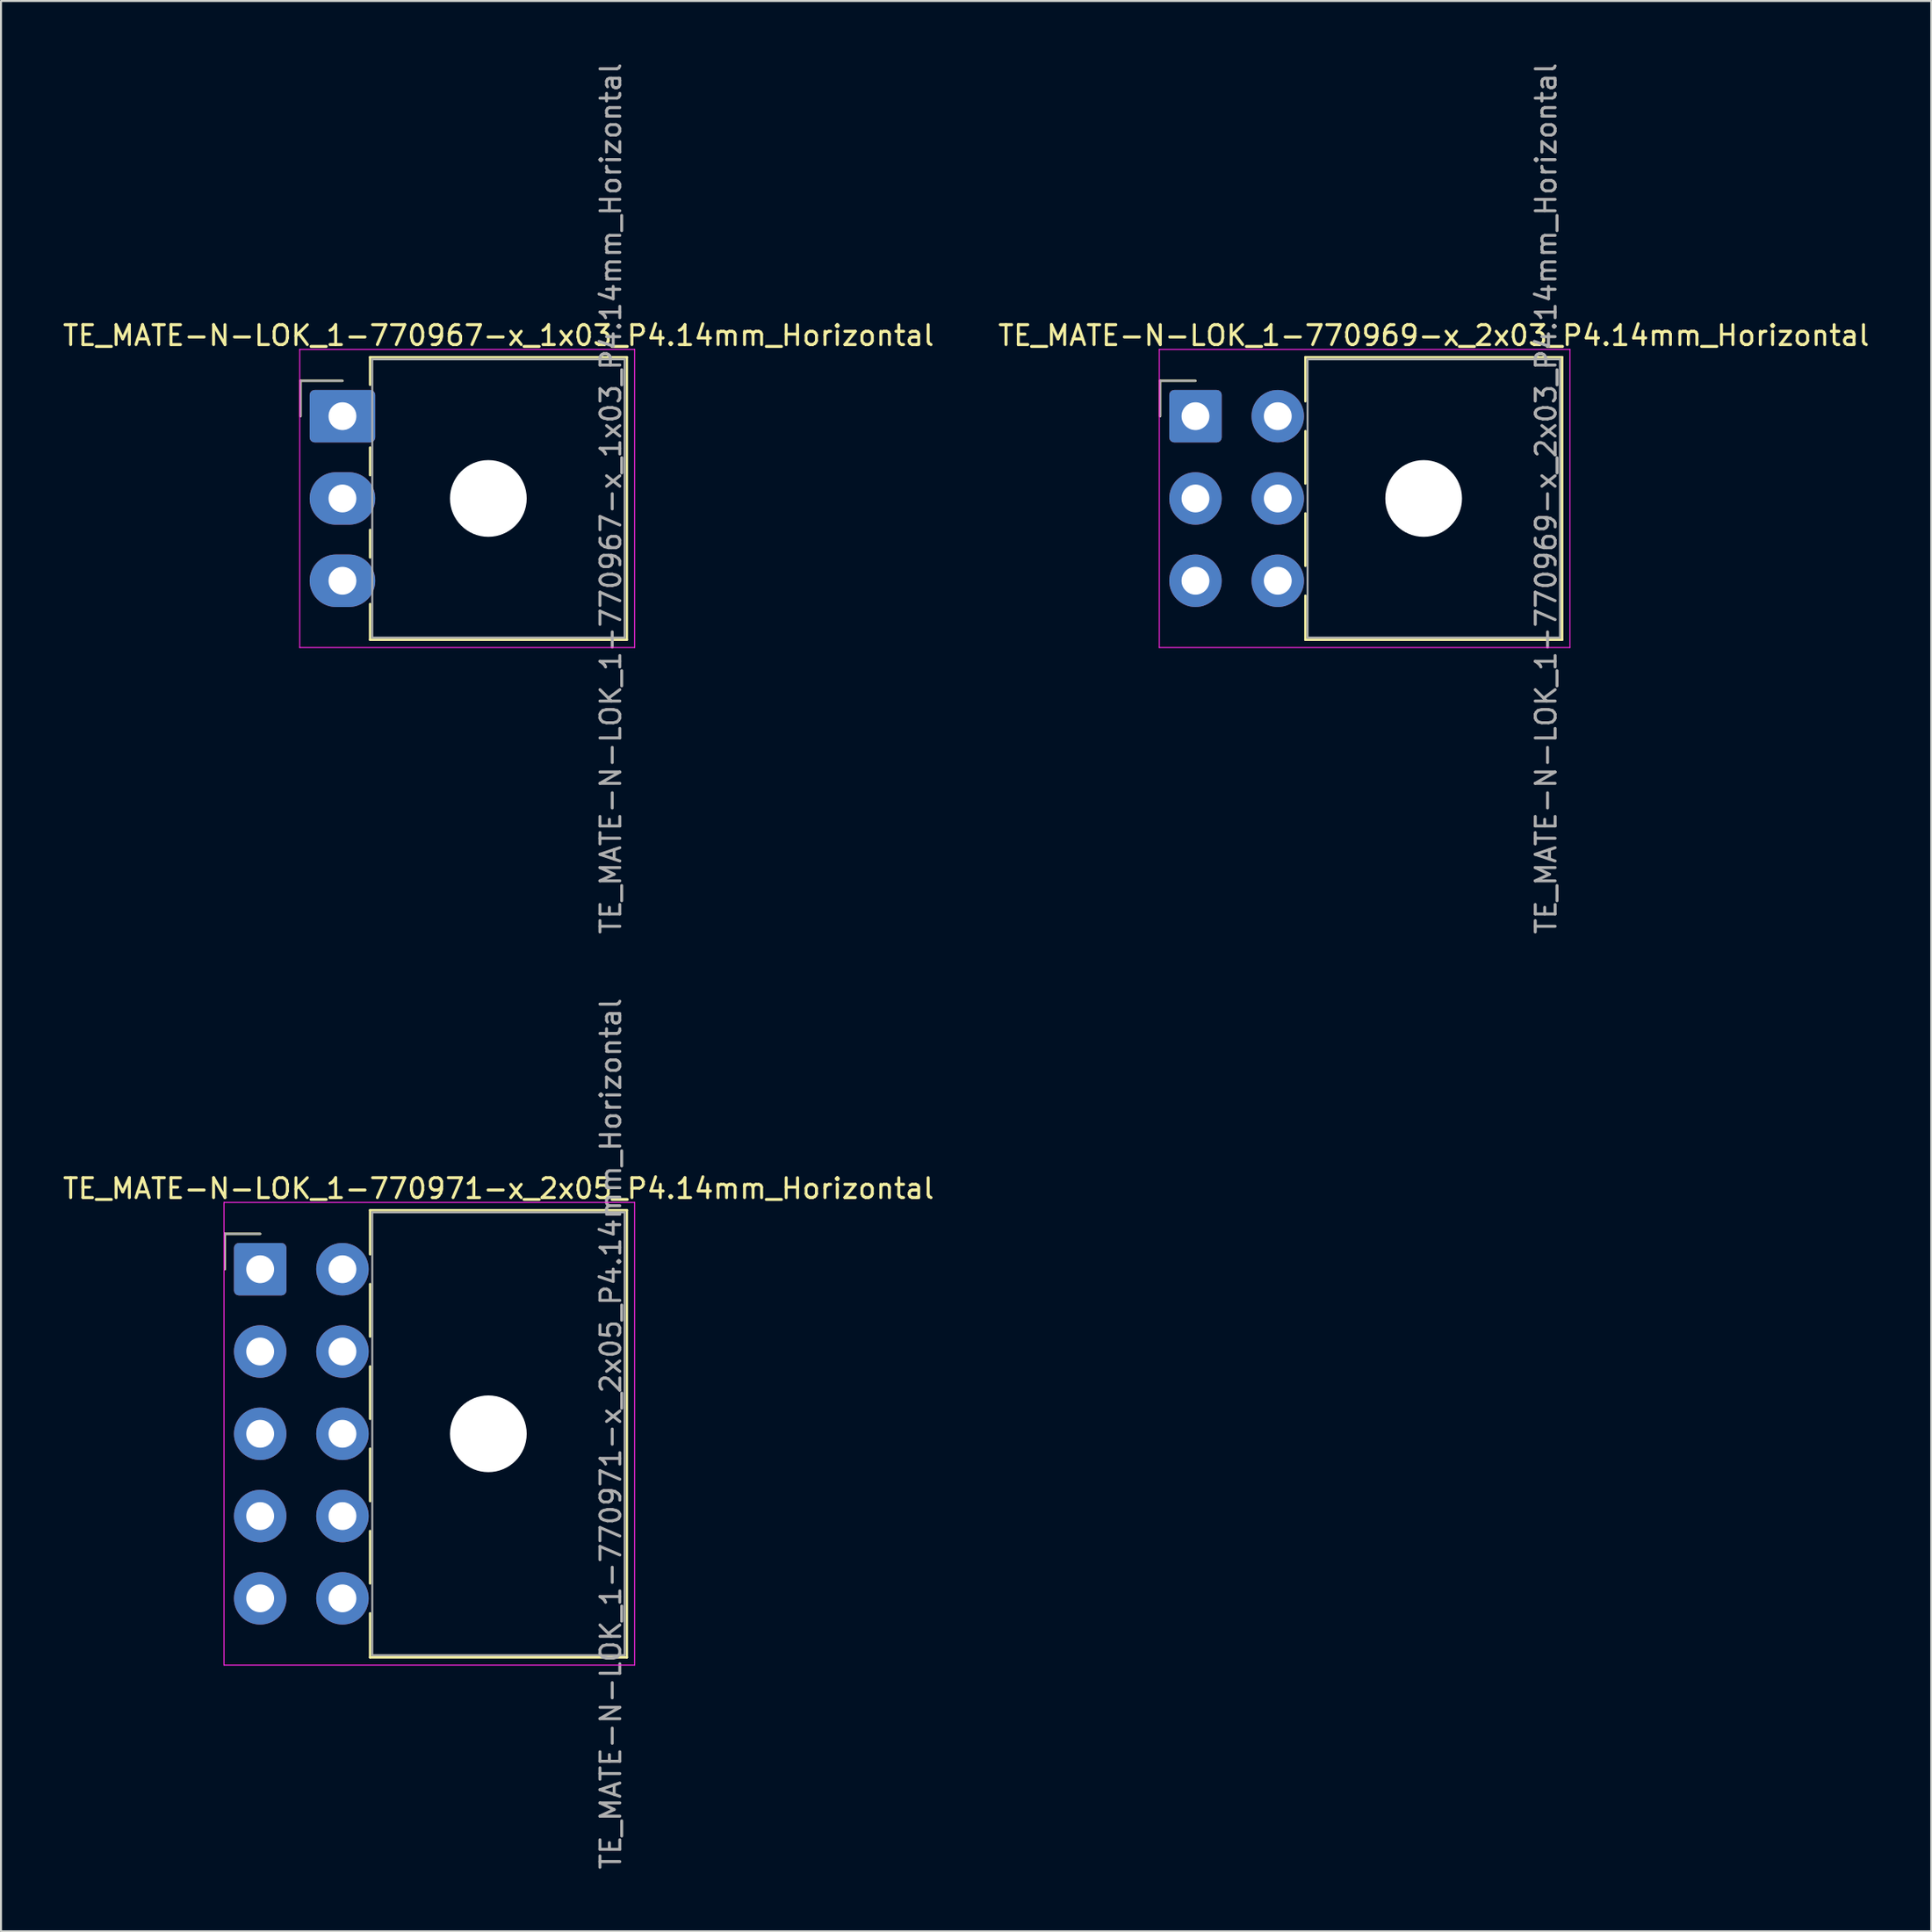
<source format=kicad_pcb>
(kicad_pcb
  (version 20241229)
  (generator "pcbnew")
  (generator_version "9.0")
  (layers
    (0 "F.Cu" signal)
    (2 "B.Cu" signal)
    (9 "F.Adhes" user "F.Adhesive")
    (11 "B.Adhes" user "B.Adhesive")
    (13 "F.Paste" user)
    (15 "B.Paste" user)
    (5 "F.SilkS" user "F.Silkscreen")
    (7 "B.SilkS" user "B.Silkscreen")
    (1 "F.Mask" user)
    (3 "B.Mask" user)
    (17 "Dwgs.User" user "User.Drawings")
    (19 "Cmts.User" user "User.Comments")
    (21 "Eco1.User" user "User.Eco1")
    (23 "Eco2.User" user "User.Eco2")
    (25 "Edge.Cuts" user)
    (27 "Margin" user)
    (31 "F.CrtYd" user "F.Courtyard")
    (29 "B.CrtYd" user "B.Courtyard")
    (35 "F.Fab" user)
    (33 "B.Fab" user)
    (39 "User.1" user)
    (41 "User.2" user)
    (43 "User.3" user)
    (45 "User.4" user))
  (footprint "TE_MATE-N-LOK_1-770967-x_1x03_P4.14mm_Horizontal"
    (layer "F.Cu")
    (at 14.18 17.89)
    (property "Reference" "TE_MATE-N-LOK_1-770967-x_1x03_P4.14mm_Horizontal" (at 7.85 -4.06 0) (layer "F.SilkS") (effects (font (size 1 1) (thickness 0.15))))
    (attr through_hole)
    (fp_line (start -2.11 -1.78) (end -2.11 0) (stroke (width 0.12) (type solid)) (layer "F.SilkS"))
    (fp_line (start 0 -1.78) (end -2.11 -1.78) (stroke (width 0.12) (type solid)) (layer "F.SilkS"))
    (fp_line (start 1.39 -2.97) (end 14.31 -2.97) (stroke (width 0.12) (type solid)) (layer "F.SilkS"))
    (fp_line (start 1.39 -1.58) (end 1.39 -2.97) (stroke (width 0.12) (type solid)) (layer "F.SilkS"))
    (fp_line (start 1.39 1.58) (end 1.39 2.968) (stroke (width 0.12) (type solid)) (layer "F.SilkS"))
    (fp_line (start 1.39 5.72) (end 1.39 7.108) (stroke (width 0.12) (type solid)) (layer "F.SilkS"))
    (fp_line (start 1.39 11.25) (end 1.39 9.452) (stroke (width 0.12) (type solid)) (layer "F.SilkS"))
    (fp_line (start 14.31 -2.97) (end 14.31 11.25) (stroke (width 0.12) (type solid)) (layer "F.SilkS"))
    (fp_line (start 14.31 11.25) (end 1.39 11.25) (stroke (width 0.12) (type solid)) (layer "F.SilkS"))
    (fp_line (start -2.15 -3.36) (end -2.15 11.64) (stroke (width 0.05) (type solid)) (layer "F.CrtYd"))
    (fp_line (start -2.15 11.64) (end 14.7 11.64) (stroke (width 0.05) (type solid)) (layer "F.CrtYd"))
    (fp_line (start 14.7 -3.36) (end -2.15 -3.36) (stroke (width 0.05) (type solid)) (layer "F.CrtYd"))
    (fp_line (start 14.7 11.64) (end 14.7 -3.36) (stroke (width 0.05) (type solid)) (layer "F.CrtYd"))
    (fp_line (start -2.11 -1.78) (end -2.11 0) (stroke (width 0.1) (type solid)) (layer "F.Fab"))
    (fp_line (start 0 -1.78) (end -2.11 -1.78) (stroke (width 0.1) (type solid)) (layer "F.Fab"))
    (fp_line (start 1.5 -2.86) (end 1.5 11.14) (stroke (width 0.1) (type solid)) (layer "F.Fab"))
    (fp_line (start 1.5 11.14) (end 14.2 11.14) (stroke (width 0.1) (type solid)) (layer "F.Fab"))
    (fp_line (start 14.2 -2.86) (end 1.5 -2.86) (stroke (width 0.1) (type solid)) (layer "F.Fab"))
    (fp_line (start 14.2 11.14) (end 14.2 -2.86) (stroke (width 0.1) (type solid)) (layer "F.Fab"))
    (fp_text user "${REFERENCE}" (at 13.5 4.14 90) (layer "F.Fab") (effects (font (size 1 1) (thickness 0.15))))
    (pad "" np_thru_hole circle (at 7.34 4.14) (size 3.86 3.86) (drill 3.86) (layers "*.Cu" "*.Mask"))
    (pad "1" thru_hole roundrect (at 0 0) (size 3.3 2.64) (drill 1.4) (layers "*.Cu" "*.Mask") (roundrect_rratio 0.095))
    (pad "2" thru_hole oval (at 0 4.14) (size 3.3 2.64) (drill 1.4) (layers "*.Cu" "*.Mask"))
    (pad "3" thru_hole oval (at 0 8.28) (size 3.3 2.64) (drill 1.4) (layers "*.Cu" "*.Mask")))
  (footprint "TE_MATE-N-LOK_1-770971-x_2x05_P4.14mm_Horizontal"
    (layer "F.Cu")
    (at 10.04 60.809)
    (property "Reference" "TE_MATE-N-LOK_1-770971-x_2x05_P4.14mm_Horizontal" (at 11.99 -4.06 0) (layer "F.SilkS") (effects (font (size 1 1) (thickness 0.15))))
    (attr through_hole)
    (fp_line (start -1.78 -1.78) (end -1.78 0) (stroke (width 0.12) (type solid)) (layer "F.SilkS"))
    (fp_line (start 0 -1.78) (end -1.78 -1.78) (stroke (width 0.12) (type solid)) (layer "F.SilkS"))
    (fp_line (start 5.53 -2.97) (end 18.45 -2.97) (stroke (width 0.12) (type solid)) (layer "F.SilkS"))
    (fp_line (start 5.53 -0.751) (end 5.53 -2.97) (stroke (width 0.12) (type solid)) (layer "F.SilkS"))
    (fp_line (start 5.53 0.751) (end 5.53 3.389) (stroke (width 0.12) (type solid)) (layer "F.SilkS"))
    (fp_line (start 5.53 4.891) (end 5.53 7.529) (stroke (width 0.12) (type solid)) (layer "F.SilkS"))
    (fp_line (start 5.53 9.031) (end 5.53 11.669) (stroke (width 0.12) (type solid)) (layer "F.SilkS"))
    (fp_line (start 5.53 13.171) (end 5.53 15.809) (stroke (width 0.12) (type solid)) (layer "F.SilkS"))
    (fp_line (start 5.53 19.53) (end 5.53 17.311) (stroke (width 0.12) (type solid)) (layer "F.SilkS"))
    (fp_line (start 18.45 -2.97) (end 18.45 19.53) (stroke (width 0.12) (type solid)) (layer "F.SilkS"))
    (fp_line (start 18.45 19.53) (end 5.53 19.53) (stroke (width 0.12) (type solid)) (layer "F.SilkS"))
    (fp_line (start -1.82 -3.36) (end -1.82 19.92) (stroke (width 0.05) (type solid)) (layer "F.CrtYd"))
    (fp_line (start -1.82 19.92) (end 18.84 19.92) (stroke (width 0.05) (type solid)) (layer "F.CrtYd"))
    (fp_line (start 18.84 -3.36) (end -1.82 -3.36) (stroke (width 0.05) (type solid)) (layer "F.CrtYd"))
    (fp_line (start 18.84 19.92) (end 18.84 -3.36) (stroke (width 0.05) (type solid)) (layer "F.CrtYd"))
    (fp_line (start -1.78 -1.78) (end -1.78 0) (stroke (width 0.1) (type solid)) (layer "F.Fab"))
    (fp_line (start 0 -1.78) (end -1.78 -1.78) (stroke (width 0.1) (type solid)) (layer "F.Fab"))
    (fp_line (start 5.64 -2.86) (end 5.64 19.42) (stroke (width 0.1) (type solid)) (layer "F.Fab"))
    (fp_line (start 5.64 19.42) (end 18.34 19.42) (stroke (width 0.1) (type solid)) (layer "F.Fab"))
    (fp_line (start 18.34 -2.86) (end 5.64 -2.86) (stroke (width 0.1) (type solid)) (layer "F.Fab"))
    (fp_line (start 18.34 19.42) (end 18.34 -2.86) (stroke (width 0.1) (type solid)) (layer "F.Fab"))
    (fp_text user "${REFERENCE}" (at 17.64 8.28 90) (layer "F.Fab") (effects (font (size 1 1) (thickness 0.15))))
    (pad "" np_thru_hole circle (at 11.48 8.28) (size 3.86 3.86) (drill 3.86) (layers "*.Cu" "*.Mask"))
    (pad "1" thru_hole roundrect (at 0 0) (size 2.64 2.64) (drill 1.4) (layers "*.Cu" "*.Mask") (roundrect_rratio 0.095))
    (pad "2" thru_hole circle (at 0 4.14) (size 2.64 2.64) (drill 1.4) (layers "*.Cu" "*.Mask"))
    (pad "3" thru_hole circle (at 0 8.28) (size 2.64 2.64) (drill 1.4) (layers "*.Cu" "*.Mask"))
    (pad "4" thru_hole circle (at 0 12.42) (size 2.64 2.64) (drill 1.4) (layers "*.Cu" "*.Mask"))
    (pad "5" thru_hole circle (at 0 16.56) (size 2.64 2.64) (drill 1.4) (layers "*.Cu" "*.Mask"))
    (pad "6" thru_hole circle (at 4.14 0) (size 2.64 2.64) (drill 1.4) (layers "*.Cu" "*.Mask"))
    (pad "7" thru_hole circle (at 4.14 4.14) (size 2.64 2.64) (drill 1.4) (layers "*.Cu" "*.Mask"))
    (pad "8" thru_hole circle (at 4.14 8.28) (size 2.64 2.64) (drill 1.4) (layers "*.Cu" "*.Mask"))
    (pad "9" thru_hole circle (at 4.14 12.42) (size 2.64 2.64) (drill 1.4) (layers "*.Cu" "*.Mask"))
    (pad "10" thru_hole circle (at 4.14 16.56) (size 2.64 2.64) (drill 1.4) (layers "*.Cu" "*.Mask")))
  (footprint "TE_MATE-N-LOK_1-770969-x_2x03_P4.14mm_Horizontal"
    (layer "F.Cu")
    (at 57.099 17.89)
    (property "Reference" "TE_MATE-N-LOK_1-770969-x_2x03_P4.14mm_Horizontal" (at 11.99 -4.06 0) (layer "F.SilkS") (effects (font (size 1 1) (thickness 0.15))))
    (attr through_hole)
    (fp_line (start -1.78 -1.78) (end -1.78 0) (stroke (width 0.12) (type solid)) (layer "F.SilkS"))
    (fp_line (start 0 -1.78) (end -1.78 -1.78) (stroke (width 0.12) (type solid)) (layer "F.SilkS"))
    (fp_line (start 5.53 -2.97) (end 18.45 -2.97) (stroke (width 0.12) (type solid)) (layer "F.SilkS"))
    (fp_line (start 5.53 -0.751) (end 5.53 -2.97) (stroke (width 0.12) (type solid)) (layer "F.SilkS"))
    (fp_line (start 5.53 0.751) (end 5.53 3.389) (stroke (width 0.12) (type solid)) (layer "F.SilkS"))
    (fp_line (start 5.53 4.891) (end 5.53 7.529) (stroke (width 0.12) (type solid)) (layer "F.SilkS"))
    (fp_line (start 5.53 11.25) (end 5.53 9.031) (stroke (width 0.12) (type solid)) (layer "F.SilkS"))
    (fp_line (start 18.45 -2.97) (end 18.45 11.25) (stroke (width 0.12) (type solid)) (layer "F.SilkS"))
    (fp_line (start 18.45 11.25) (end 5.53 11.25) (stroke (width 0.12) (type solid)) (layer "F.SilkS"))
    (fp_line (start -1.82 -3.36) (end -1.82 11.64) (stroke (width 0.05) (type solid)) (layer "F.CrtYd"))
    (fp_line (start -1.82 11.64) (end 18.84 11.64) (stroke (width 0.05) (type solid)) (layer "F.CrtYd"))
    (fp_line (start 18.84 -3.36) (end -1.82 -3.36) (stroke (width 0.05) (type solid)) (layer "F.CrtYd"))
    (fp_line (start 18.84 11.64) (end 18.84 -3.36) (stroke (width 0.05) (type solid)) (layer "F.CrtYd"))
    (fp_line (start -1.78 -1.78) (end -1.78 0) (stroke (width 0.1) (type solid)) (layer "F.Fab"))
    (fp_line (start 0 -1.78) (end -1.78 -1.78) (stroke (width 0.1) (type solid)) (layer "F.Fab"))
    (fp_line (start 5.64 -2.86) (end 5.64 11.14) (stroke (width 0.1) (type solid)) (layer "F.Fab"))
    (fp_line (start 5.64 11.14) (end 18.34 11.14) (stroke (width 0.1) (type solid)) (layer "F.Fab"))
    (fp_line (start 18.34 -2.86) (end 5.64 -2.86) (stroke (width 0.1) (type solid)) (layer "F.Fab"))
    (fp_line (start 18.34 11.14) (end 18.34 -2.86) (stroke (width 0.1) (type solid)) (layer "F.Fab"))
    (fp_text user "${REFERENCE}" (at 17.64 4.14 90) (layer "F.Fab") (effects (font (size 1 1) (thickness 0.15))))
    (pad "" np_thru_hole circle (at 11.48 4.14) (size 3.86 3.86) (drill 3.86) (layers "*.Cu" "*.Mask"))
    (pad "1" thru_hole roundrect (at 0 0) (size 2.64 2.64) (drill 1.4) (layers "*.Cu" "*.Mask") (roundrect_rratio 0.095))
    (pad "2" thru_hole circle (at 0 4.14) (size 2.64 2.64) (drill 1.4) (layers "*.Cu" "*.Mask"))
    (pad "3" thru_hole circle (at 0 8.28) (size 2.64 2.64) (drill 1.4) (layers "*.Cu" "*.Mask"))
    (pad "4" thru_hole circle (at 4.14 0) (size 2.64 2.64) (drill 1.4) (layers "*.Cu" "*.Mask"))
    (pad "5" thru_hole circle (at 4.14 4.14) (size 2.64 2.64) (drill 1.4) (layers "*.Cu" "*.Mask"))
    (pad "6" thru_hole circle (at 4.14 8.28) (size 2.64 2.64) (drill 1.4) (layers "*.Cu" "*.Mask")))
  (gr_rect
    (start -3 -3)
    (end 94.119 94.119)
    (stroke (width 0.1) (type default))
    (fill no)
    (layer "Edge.Cuts")))
</source>
